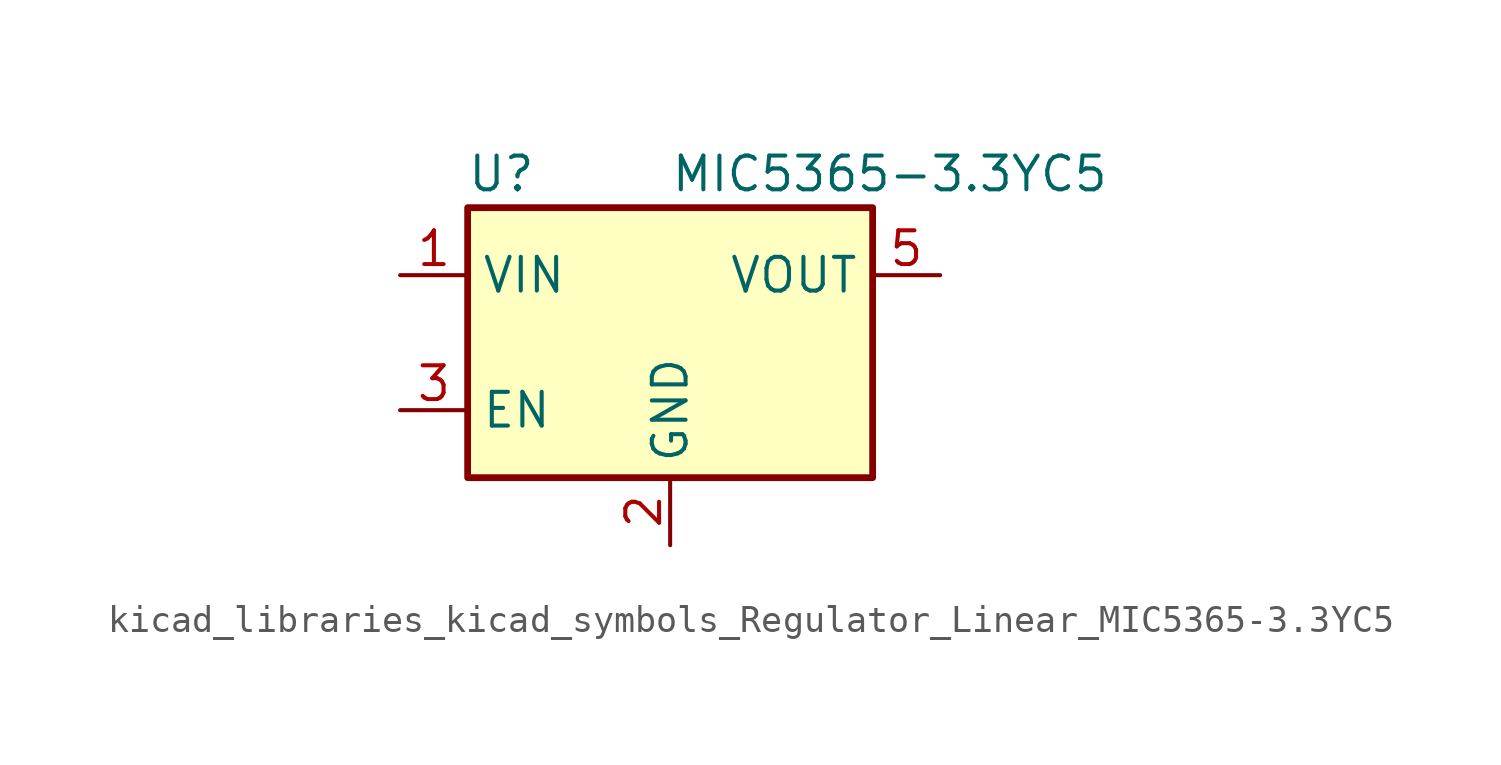
<source format=kicad_sym>
(kicad_symbol_lib
  (version 20220914)
  (generator kicad_symbol_editor)
  (symbol "kicad_libraries_kicad_symbols_Regulator_Linear_MIC5365-3.3YC5"
    (property "Reference" "U"
      (at -6.35 6.35 0)
      (effects (font (size 1.27 1.27))))
    (property "Value" "MIC5365-3.3YC5"
      (at 0 6.35 0)
      (effects (font (size 1.27 1.27)) (justify left)))
    (symbol "kicad_libraries_kicad_symbols_Regulator_Linear_MIC5365-3.3YC5_0_1"
      (rectangle (start -7.62 -5.08) (end 7.62 5.08) (stroke (width 0.254) (type default)) (fill (type background))))
    (symbol "kicad_libraries_kicad_symbols_Regulator_Linear_MIC5365-3.3YC5_1_1"
      (pin power_in line (at -10.16 2.54 0) (length 2.54) (name "VIN" (effects (font (size 1.27 1.27)))) (number "1" (effects (font (size 1.27 1.27)))))
      (pin power_in line (at 0 -7.62 90) (length 2.54) (name "GND" (effects (font (size 1.27 1.27)))) (number "2" (effects (font (size 1.27 1.27)))))
      (pin input line (at -10.16 -2.54 0) (length 2.54) (name "EN" (effects (font (size 1.27 1.27)))) (number "3" (effects (font (size 1.27 1.27)))))
      (pin no_connect line (at 7.62 -2.54 180) (length 2.54) hide (name "NC" (effects (font (size 1.27 1.27)))) (number "4" (effects (font (size 1.27 1.27)))))
      (pin power_out line (at 10.16 2.54 180) (length 2.54) (name "VOUT" (effects (font (size 1.27 1.27)))) (number "5" (effects (font (size 1.27 1.27))))))))
</source>
